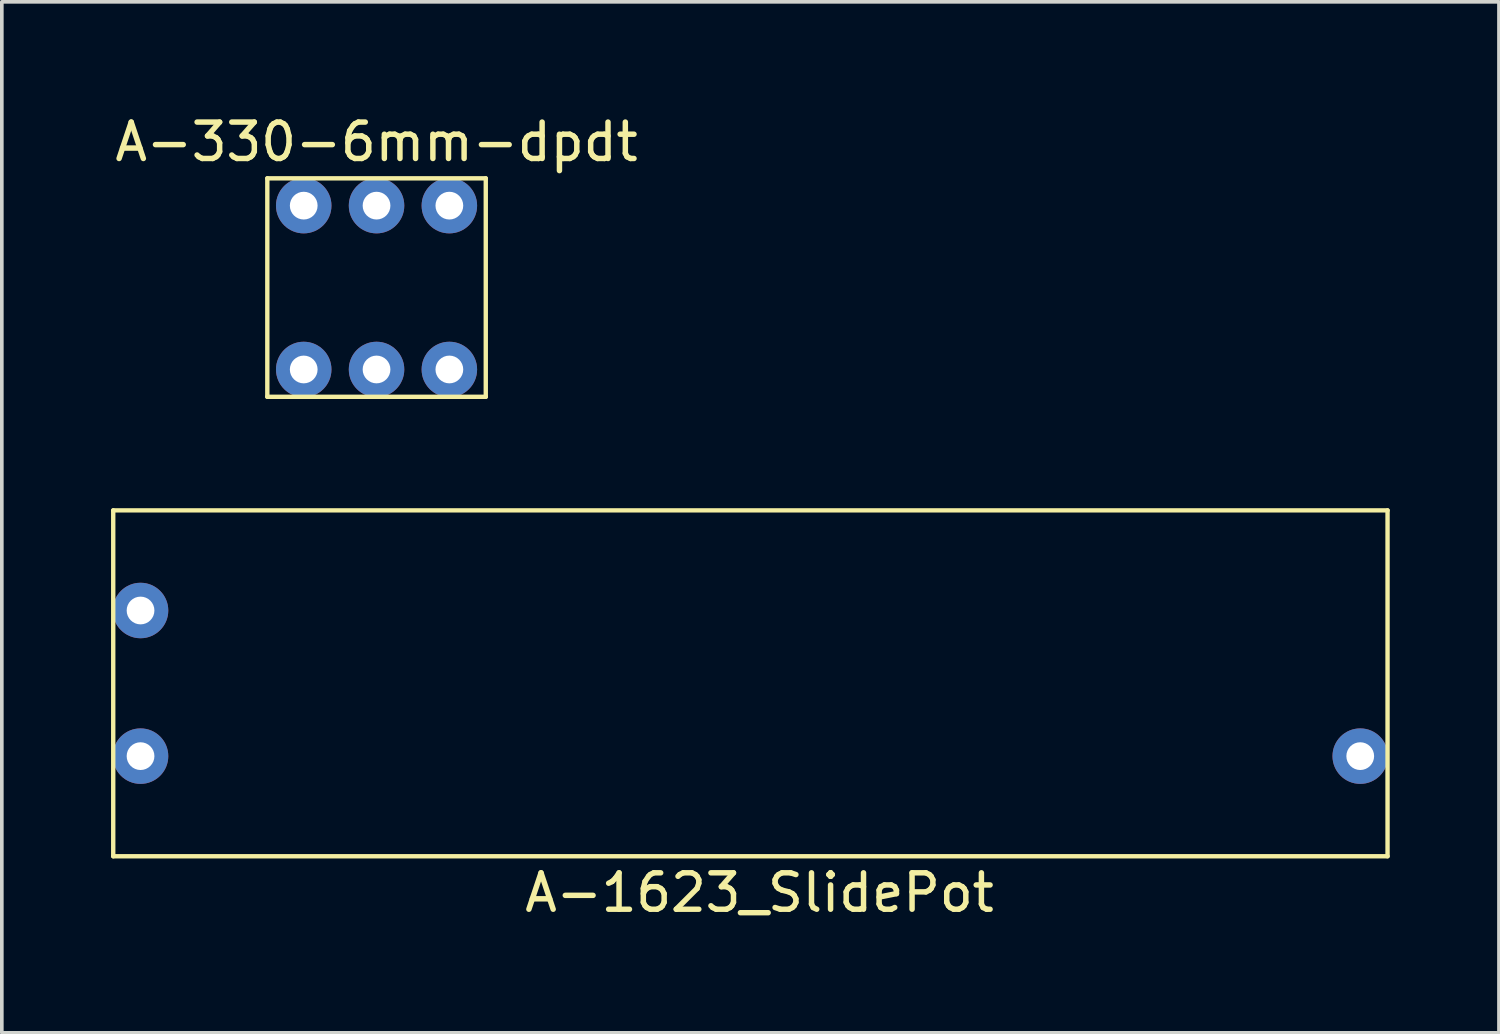
<source format=kicad_pcb>
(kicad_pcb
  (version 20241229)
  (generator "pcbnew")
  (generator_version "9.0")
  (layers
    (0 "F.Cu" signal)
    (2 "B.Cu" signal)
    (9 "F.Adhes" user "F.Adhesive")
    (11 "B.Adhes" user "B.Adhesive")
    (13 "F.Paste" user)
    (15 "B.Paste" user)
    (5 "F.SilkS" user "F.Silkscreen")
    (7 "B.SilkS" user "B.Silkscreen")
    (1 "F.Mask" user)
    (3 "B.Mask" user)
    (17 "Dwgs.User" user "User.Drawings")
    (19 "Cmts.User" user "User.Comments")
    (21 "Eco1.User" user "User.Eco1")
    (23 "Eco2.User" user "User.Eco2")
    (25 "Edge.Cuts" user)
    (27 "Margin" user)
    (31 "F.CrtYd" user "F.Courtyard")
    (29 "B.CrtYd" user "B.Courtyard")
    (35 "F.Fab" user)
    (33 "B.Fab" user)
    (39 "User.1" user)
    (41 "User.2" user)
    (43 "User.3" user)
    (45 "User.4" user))
  (footprint "A-1623_SlidePot"
    (layer "F.Cu")
    (at 17.56 15.718)
    (property "Reference" "A-1623_SlidePot" (at 0.25 5.75 0) (layer "F.SilkS") (effects (font (size 1 1) (thickness 0.15))))
    (attr through_hole)
    (fp_line (start -17.5 -4.75) (end -17.5 4.75) (stroke (width 0.12) (type solid)) (layer "F.SilkS"))
    (fp_line (start -17.5 4.75) (end 17.5 4.75) (stroke (width 0.12) (type solid)) (layer "F.SilkS"))
    (fp_line (start 17.5 -4.75) (end -17.5 -4.75) (stroke (width 0.12) (type solid)) (layer "F.SilkS"))
    (fp_line (start 17.5 -4.75) (end 17.5 4.75) (stroke (width 0.12) (type solid)) (layer "F.SilkS"))
    (pad "1" thru_hole circle (at -16.75 2) (size 1.524 1.524) (drill 0.762) (layers "*.Cu" "*.Mask"))
    (pad "2" thru_hole circle (at -16.75 -2) (size 1.524 1.524) (drill 0.762) (layers "*.Cu" "*.Mask"))
    (pad "3" thru_hole circle (at 16.75 2) (size 1.524 1.524) (drill 0.762) (layers "*.Cu" "*.Mask")))
  (footprint "A-330-6mm-dpdt"
    (layer "F.Cu")
    (at 7.292 4.848)
    (property "Reference" "A-330-6mm-dpdt" (at 0 -4 0) (layer "F.SilkS") (effects (font (size 1 1) (thickness 0.15))))
    (attr through_hole)
    (fp_line (start -3 -3) (end 3 -3) (stroke (width 0.12) (type solid)) (layer "F.SilkS"))
    (fp_line (start -3 3) (end -3 -3) (stroke (width 0.12) (type solid)) (layer "F.SilkS"))
    (fp_line (start 3 -3) (end 3 3) (stroke (width 0.12) (type solid)) (layer "F.SilkS"))
    (fp_line (start 3 3) (end -3 3) (stroke (width 0.12) (type solid)) (layer "F.SilkS"))
    (pad "1" thru_hole circle (at -2 2.25) (size 1.524 1.524) (drill 0.762) (layers "*.Cu" "*.Mask"))
    (pad "2" thru_hole circle (at 0 2.25) (size 1.524 1.524) (drill 0.762) (layers "*.Cu" "*.Mask"))
    (pad "3" thru_hole circle (at 2 2.25) (size 1.524 1.524) (drill 0.762) (layers "*.Cu" "*.Mask"))
    (pad "4" thru_hole circle (at 2 -2.25) (size 1.524 1.524) (drill 0.762) (layers "*.Cu" "*.Mask"))
    (pad "5" thru_hole circle (at 0 -2.25) (size 1.524 1.524) (drill 0.762) (layers "*.Cu" "*.Mask"))
    (pad "6" thru_hole circle (at -2 -2.25) (size 1.524 1.524) (drill 0.762) (layers "*.Cu" "*.Mask")))
  (gr_rect
    (start -3 -3)
    (end 38.12 25.317)
    (stroke (width 0.1) (type default))
    (fill no)
    (layer "Edge.Cuts")))
</source>
